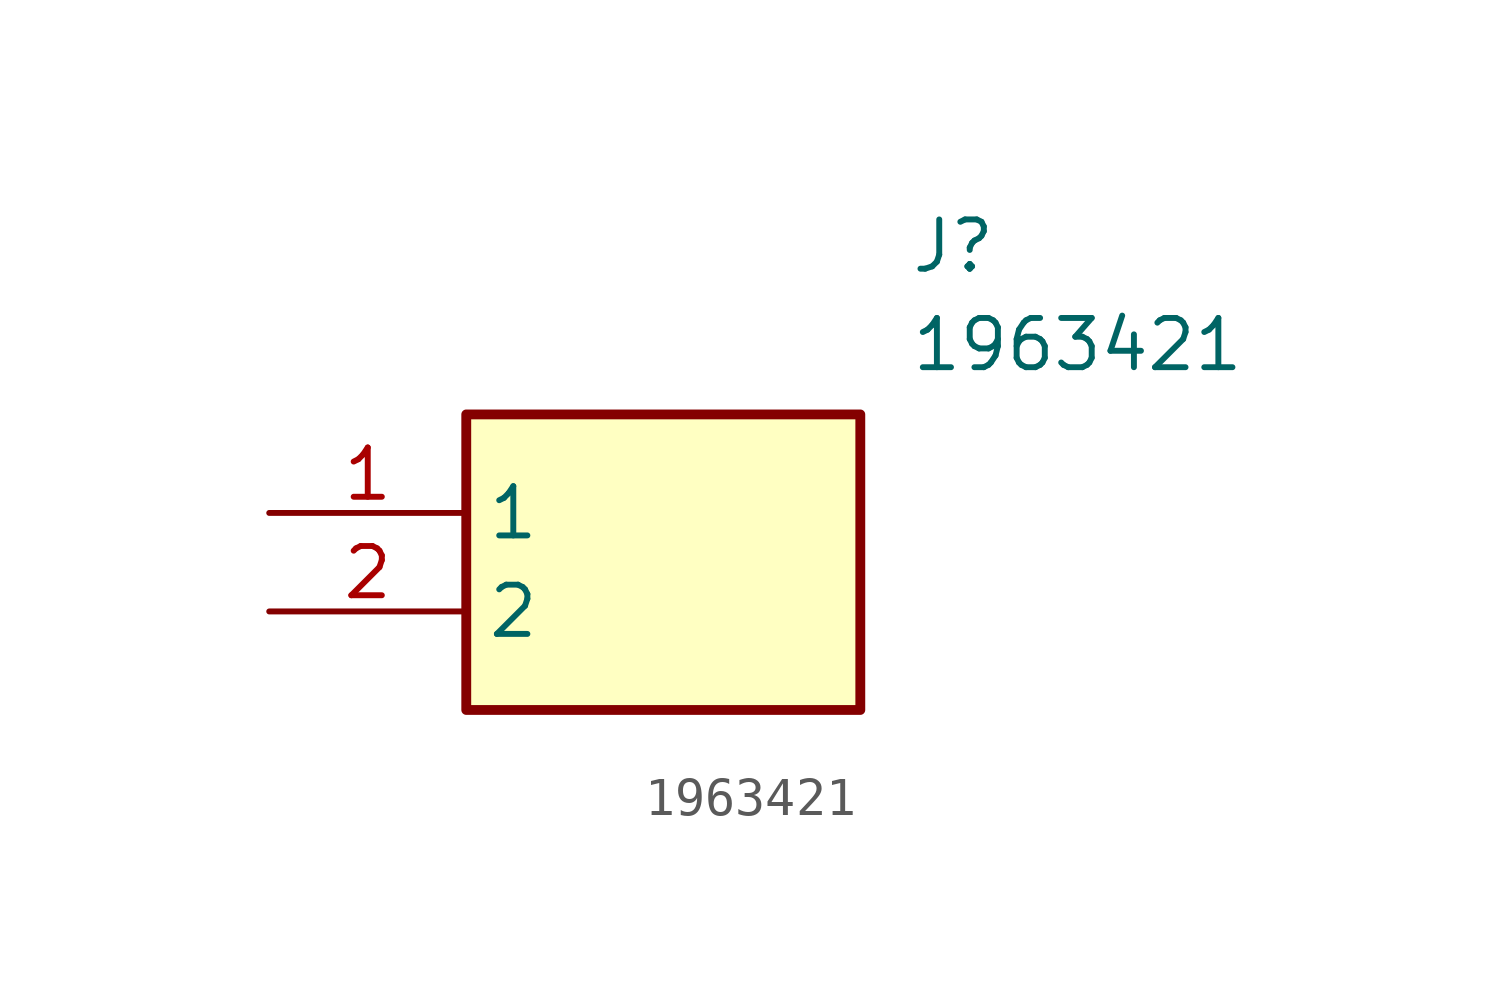
<source format=kicad_sym>
(kicad_symbol_lib
  (version 20211014)
  (generator SamacSys_ECAD_Model)
  (symbol "1963421"
    (property "Reference" "J"
      (at 16.51 7.62 0)
      (effects (font (size 1.27 1.27)) (justify left top)))
    (property "Value" "1963421"
      (at 16.51 5.08 0)
      (effects (font (size 1.27 1.27)) (justify left top)))
    (rectangle
      (start 5.08 2.54)
      (end 15.24 -5.08)
      (stroke (width 0.254) (type default))
      (fill (type background)))
    (pin passive line
      (at 0 0 0)
      (length 5.08)
      (name "1" (effects (font (size 1.27 1.27))))
      (number "1" (effects (font (size 1.27 1.27)))))
    (pin passive line
      (at 0 -2.54 0)
      (length 5.08)
      (name "2" (effects (font (size 1.27 1.27))))
      (number "2" (effects (font (size 1.27 1.27)))))))
</source>
